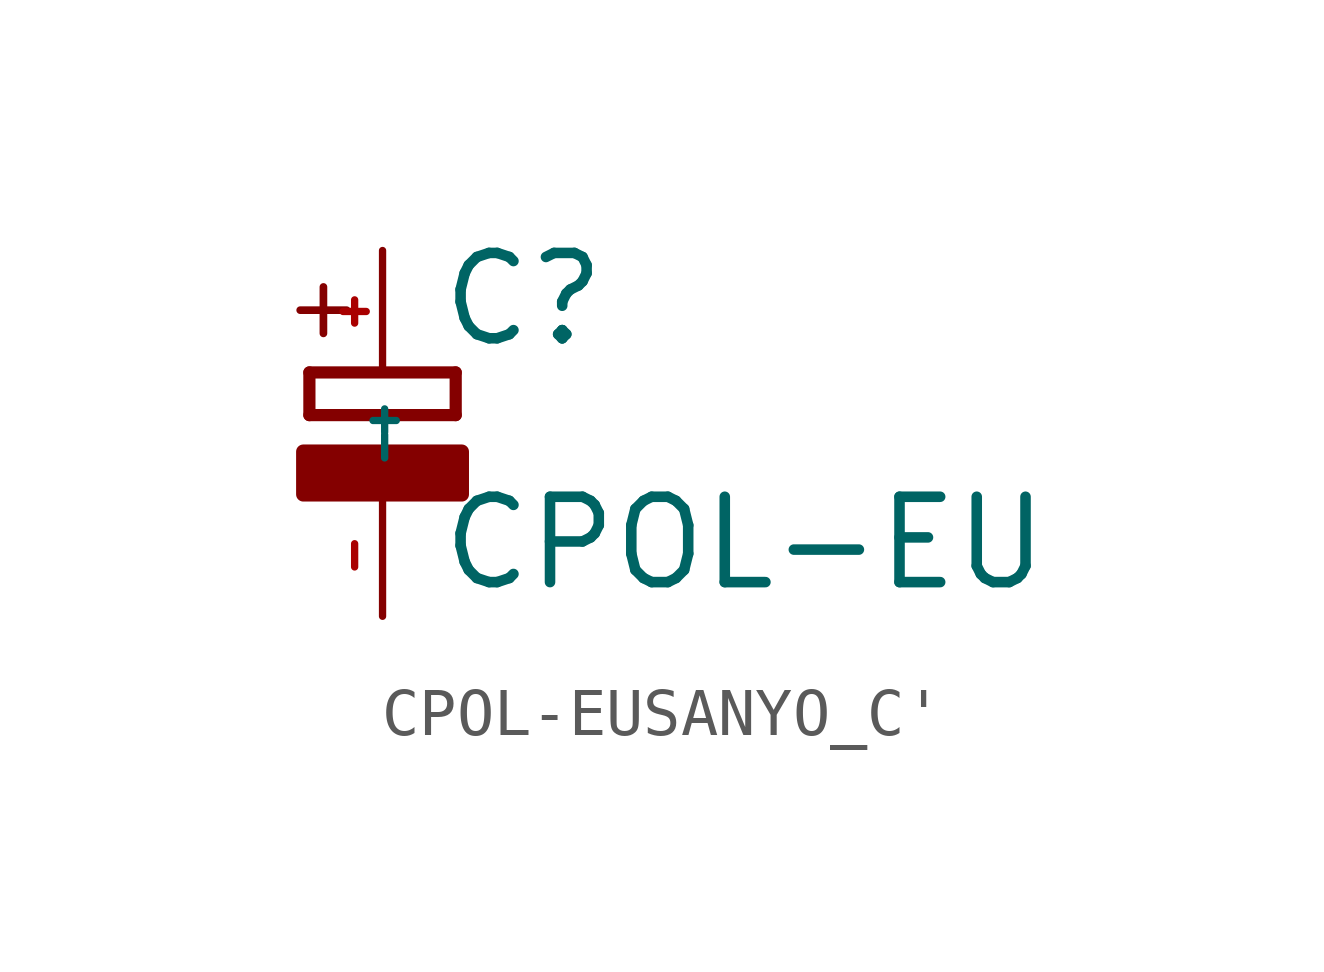
<source format=kicad_sym>
(kicad_symbol_lib
  (version 20220914)
  (generator Eagle2Kicad)
  (symbol "CPOL-EUSANYO_C'"
    (property "Reference" "C"
      (at 1.143 0.483 0)
      (effects (font (size 1.778 1.778) (thickness 0.22)) (justify left bottom)))
    (property "Value" "CPOL-EU"
      (at 1.143 -4.597 0)
      (effects (font (size 1.778 1.778) (thickness 0.22)) (justify left bottom)))
    (polyline
      (pts (xy -1.524 -0.889) (xy 1.524 -0.889))
      (stroke (width 0.254) (type default))
      (fill (type none)))
    (polyline
      (pts (xy 1.524 -0.889) (xy 1.524 0))
      (stroke (width 0.254) (type default))
      (fill (type none)))
    (polyline
      (pts (xy -1.524 0) (xy -1.524 -0.889))
      (stroke (width 0.254) (type default))
      (fill (type none)))
    (polyline
      (pts (xy -1.524 0) (xy 1.524 0))
      (stroke (width 0.254) (type default))
      (fill (type none)))
    (text "+"
      (at -0.584 0.406 900)
      (effects (font (size 1.27 1.27) (thickness 0.16)) (justify left bottom)))
    (rectangle
      (start -1.651 -2.54)
      (end 1.651 -1.651)
      (stroke (width 0.3) (type default))
      (fill (type outline)))
    (pin passive line
      (at 0 -5.08 90)
      (length 2.54)
      (name "-" (effects (font (size 0.635 0.635) (thickness 0.08)) (justify left bottom)))
      (number "-" (effects (font (size 0.635 0.635) (thickness 0.08)) (justify left bottom))))
    (pin passive line
      (at 0 2.54 270)
      (length 2.54)
      (name "+" (effects (font (size 0.635 0.635) (thickness 0.08)) (justify left bottom)))
      (number "+" (effects (font (size 0.635 0.635) (thickness 0.08)) (justify left bottom))))))
</source>
